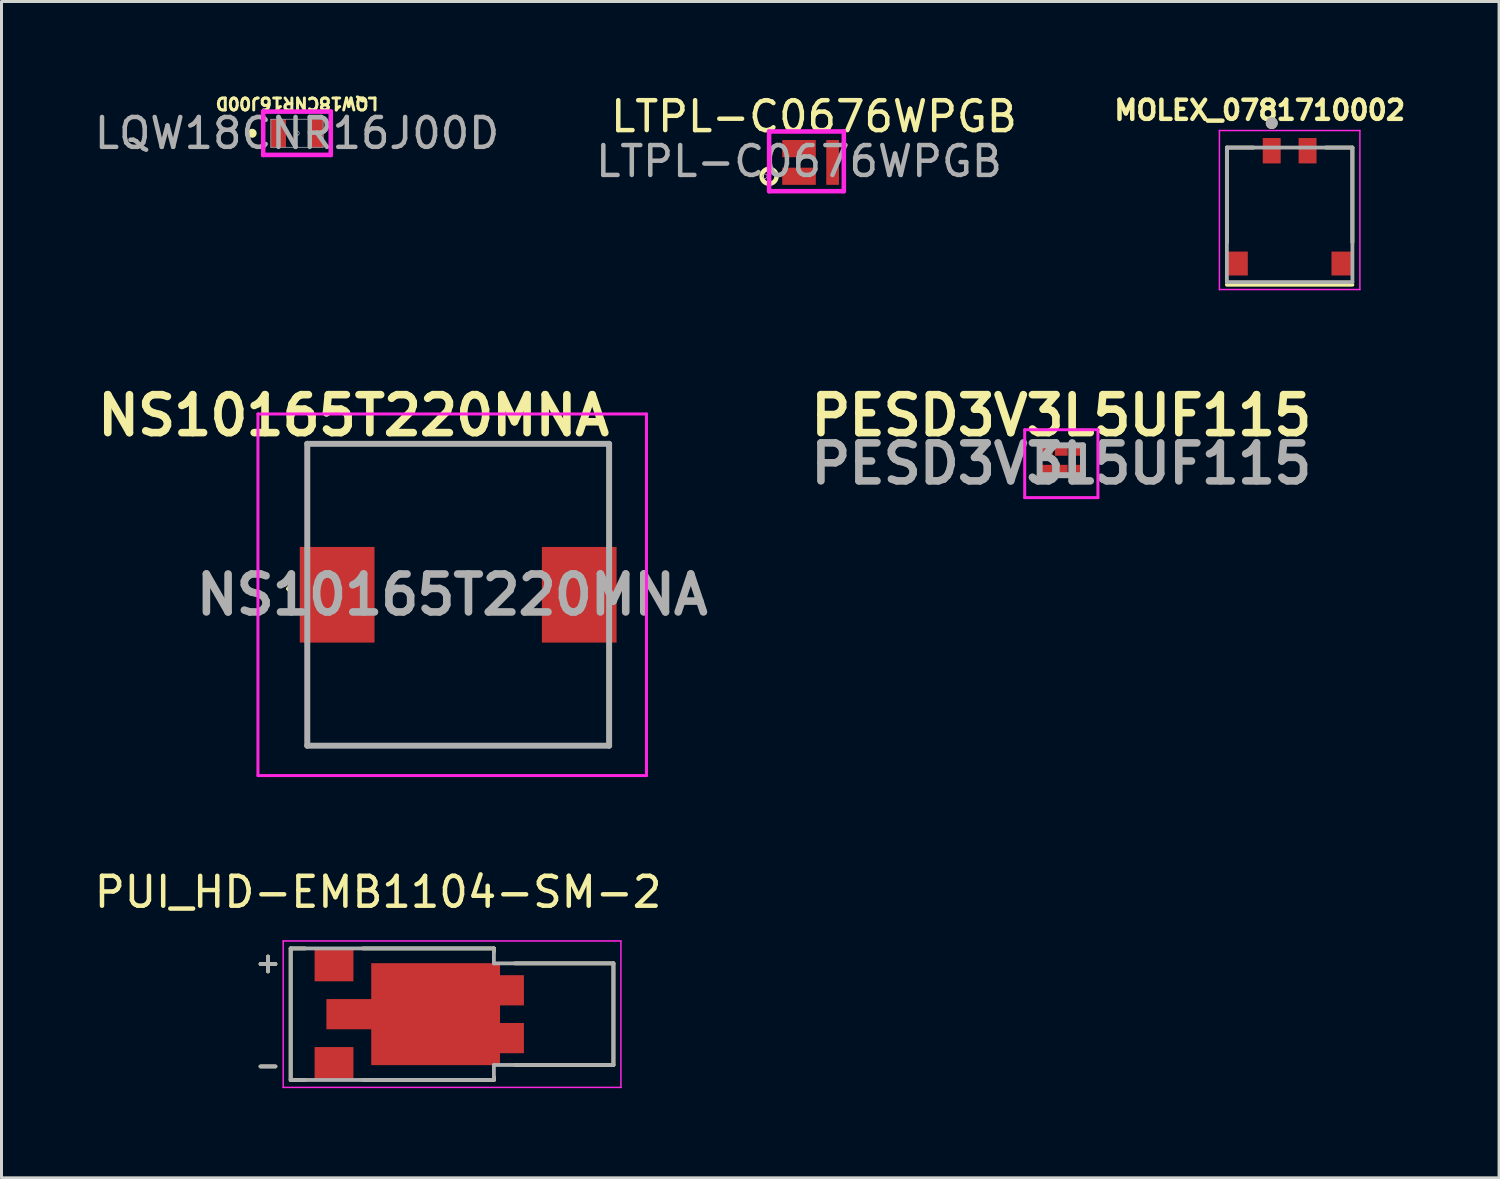
<source format=kicad_pcb>
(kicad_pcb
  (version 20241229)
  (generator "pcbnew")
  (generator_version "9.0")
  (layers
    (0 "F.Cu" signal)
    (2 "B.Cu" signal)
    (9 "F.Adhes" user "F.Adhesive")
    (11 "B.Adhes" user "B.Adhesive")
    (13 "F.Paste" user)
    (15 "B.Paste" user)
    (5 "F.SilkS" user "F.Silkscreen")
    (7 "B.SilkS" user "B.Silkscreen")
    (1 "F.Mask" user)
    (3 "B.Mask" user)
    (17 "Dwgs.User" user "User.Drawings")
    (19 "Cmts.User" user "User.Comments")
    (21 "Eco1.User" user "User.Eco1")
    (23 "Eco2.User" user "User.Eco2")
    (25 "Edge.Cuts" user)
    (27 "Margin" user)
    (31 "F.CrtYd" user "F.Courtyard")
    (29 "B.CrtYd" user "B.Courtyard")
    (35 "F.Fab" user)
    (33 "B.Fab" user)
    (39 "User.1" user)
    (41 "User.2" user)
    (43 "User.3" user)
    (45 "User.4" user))
  (footprint "PESD3V3L5UF115"
    (layer "F.Cu")
    (at 32.462 12.351)
    (property "Reference" "PESD3V3L5UF115" (at 0 -1.5 0) (layer "F.SilkS") (effects (font (size 1.27 1.27) (thickness 0.254))))
    (attr smd)
    (fp_line (start -0.725 0) (end -0.725 -0.05) (stroke (width 0.1) (type solid)) (layer "F.SilkS"))
    (fp_line (start -0.725 0.05) (end -0.725 0) (stroke (width 0.1) (type solid)) (layer "F.SilkS"))
    (fp_line (start -0.5 0.7) (end -0.5 0.7) (stroke (width 0.05) (type solid)) (layer "F.SilkS"))
    (fp_line (start -0.5 0.75) (end -0.5 0.75) (stroke (width 0.05) (type solid)) (layer "F.SilkS"))
    (fp_line (start 0.725 0) (end 0.725 -0.05) (stroke (width 0.1) (type solid)) (layer "F.SilkS"))
    (fp_line (start 0.725 0.05) (end 0.725 0) (stroke (width 0.1) (type solid)) (layer "F.SilkS"))
    (fp_arc (start -0.5 0.7) (mid -0.475 0.725) (end -0.5 0.75) (stroke (width 0.05) (type solid)) (layer "F.SilkS"))
    (fp_arc (start -0.5 0.75) (mid -0.525 0.725) (end -0.5 0.7) (stroke (width 0.05) (type solid)) (layer "F.SilkS"))
    (fp_line (start -1.225 -1.022) (end 1.225 -1.022) (stroke (width 0.1) (type solid)) (layer "F.CrtYd"))
    (fp_line (start -1.225 1.25) (end -1.225 -1.022) (stroke (width 0.1) (type solid)) (layer "F.CrtYd"))
    (fp_line (start 1.225 -1.022) (end 1.225 1.25) (stroke (width 0.1) (type solid)) (layer "F.CrtYd"))
    (fp_line (start 1.225 1.25) (end -1.225 1.25) (stroke (width 0.1) (type solid)) (layer "F.CrtYd"))
    (fp_line (start -0.725 -0.5) (end 0.725 -0.5) (stroke (width 0.2) (type solid)) (layer "F.Fab"))
    (fp_line (start -0.725 0.5) (end -0.725 -0.5) (stroke (width 0.2) (type solid)) (layer "F.Fab"))
    (fp_line (start 0.725 -0.5) (end 0.725 0.5) (stroke (width 0.2) (type solid)) (layer "F.Fab"))
    (fp_line (start 0.725 0.5) (end -0.725 0.5) (stroke (width 0.2) (type solid)) (layer "F.Fab"))
    (fp_text user "${REFERENCE}" (at 0 0.114 0) (layer "F.Fab") (effects (font (size 1.27 1.27) (thickness 0.254))))
    (pad "1" smd rect (at -0.5 0.337 90) (size 0.37 0.425) (layers "F.Cu" "F.Mask" "F.Paste"))
    (pad "2" smd rect (at 0 0.337 90) (size 0.37 0.425) (layers "F.Cu" "F.Mask" "F.Paste"))
    (pad "3" smd rect (at 0.5 0.337 90) (size 0.37 0.425) (layers "F.Cu" "F.Mask" "F.Paste"))
    (pad "4" smd rect (at 0.5 -0.337 90) (size 0.37 0.425) (layers "F.Cu" "F.Mask" "F.Paste"))
    (pad "5" smd rect (at 0 -0.337 90) (size 0.37 0.425) (layers "F.Cu" "F.Mask" "F.Paste"))
    (pad "6" smd rect (at -0.5 -0.337 90) (size 0.37 0.425) (layers "F.Cu" "F.Mask" "F.Paste")))
  (footprint "MOLEX_0781710002"
    (layer "F.Cu")
    (at 40.102 4.138)
    (property "Reference" "MOLEX_0781710002" (at -1 -3.5 0) (layer "F.SilkS") (effects (font (size 0.64 0.64) (thickness 0.15))))
    (attr smd)
    (fp_line (start -2.1 -2.25) (end -2.1 0.92) (stroke (width 0.127) (type solid)) (layer "F.SilkS"))
    (fp_line (start -2.1 2.34) (end 2.1 2.34) (stroke (width 0.127) (type solid)) (layer "F.SilkS"))
    (fp_line (start -1.21 -2.25) (end -2.1 -2.25) (stroke (width 0.127) (type solid)) (layer "F.SilkS"))
    (fp_line (start 1.21 -2.25) (end 2.1 -2.25) (stroke (width 0.127) (type solid)) (layer "F.SilkS"))
    (fp_line (start 2.1 -2.25) (end 2.1 0.92) (stroke (width 0.127) (type solid)) (layer "F.SilkS"))
    (fp_circle (center -0.6 -3.07) (end -0.5 -3.07) (stroke (width 0.2) (type solid)) (fill no) (layer "F.SilkS"))
    (fp_line (start -2.35 -2.82) (end 2.35 -2.82) (stroke (width 0.05) (type solid)) (layer "F.CrtYd"))
    (fp_line (start -2.35 2.5) (end -2.35 -2.82) (stroke (width 0.05) (type solid)) (layer "F.CrtYd"))
    (fp_line (start 2.35 -2.82) (end 2.35 2.5) (stroke (width 0.05) (type solid)) (layer "F.CrtYd"))
    (fp_line (start 2.35 2.5) (end -2.35 2.5) (stroke (width 0.05) (type solid)) (layer "F.CrtYd"))
    (fp_line (start -2.1 -2.25) (end 2.1 -2.25) (stroke (width 0.127) (type solid)) (layer "F.Fab"))
    (fp_line (start -2.1 2.25) (end -2.1 -2.25) (stroke (width 0.127) (type solid)) (layer "F.Fab"))
    (fp_line (start 2.1 -2.25) (end 2.1 2.25) (stroke (width 0.127) (type solid)) (layer "F.Fab"))
    (fp_line (start 2.1 2.25) (end -2.1 2.25) (stroke (width 0.127) (type solid)) (layer "F.Fab"))
    (fp_circle (center -0.6 -3.07) (end -0.5 -3.07) (stroke (width 0.2) (type solid)) (fill no) (layer "F.Fab"))
    (pad "1" smd rect (at -0.6 -2.145 90) (size 0.85 0.6) (layers "F.Cu" "F.Mask" "F.Paste"))
    (pad "2" smd rect (at 0.6 -2.145 90) (size 0.85 0.6) (layers "F.Cu" "F.Mask" "F.Paste"))
    (pad "S1" smd rect (at -1.75 1.63 90) (size 0.8 0.7) (layers "F.Cu" "F.Mask" "F.Paste"))
    (pad "S2" smd rect (at 1.75 1.63 90) (size 0.8 0.7) (layers "F.Cu" "F.Mask" "F.Paste")))
  (footprint "LTPL-C0676WPGB"
    (layer "F.Cu")
    (at 23.685 2.348)
    (property "Reference" "LTPL-C0676WPGB" (at 0.5 -1.5 0) (unlocked yes) (layer "F.SilkS") (effects (font (size 1 1) (thickness 0.15))))
    (attr smd)
    (fp_circle (center -1 0.5) (end -0.75 0.5) (stroke (width 0.15) (type default)) (fill no) (layer "F.SilkS"))
    (fp_line (start -1 -1) (end 1.5 -1) (stroke (width 0.152) (type solid)) (layer "F.CrtYd"))
    (fp_line (start -1 1) (end -1 -1) (stroke (width 0.152) (type solid)) (layer "F.CrtYd"))
    (fp_line (start 1.5 -1) (end 1.5 1) (stroke (width 0.152) (type solid)) (layer "F.CrtYd"))
    (fp_line (start 1.5 1) (end -1 1) (stroke (width 0.152) (type solid)) (layer "F.CrtYd"))
    (fp_line (start -1 -1) (end -1 1) (stroke (width 0.025) (type solid)) (layer "F.Fab"))
    (fp_line (start -1 -1) (end 1.5 -1) (stroke (width 0.025) (type solid)) (layer "F.Fab"))
    (fp_line (start -1 1) (end 1.5 1) (stroke (width 0.025) (type solid)) (layer "F.Fab"))
    (fp_line (start 1.5 1) (end 1.5 -1) (stroke (width 0.025) (type solid)) (layer "F.Fab"))
    (fp_circle (center -1.143 0.5) (end -1.067 0.5) (stroke (width 0.025) (type solid)) (fill no) (layer "F.Fab"))
    (fp_text user "${REFERENCE}" (at 0 0 0) (unlocked yes) (layer "F.Fab") (effects (font (size 1 1) (thickness 0.15))))
    (pad "1" smd rect (at 0 0.5) (size 1.125 0.575) (layers "F.Cu" "F.Mask" "F.Paste"))
    (pad "2" smd rect (at 0 -0.425) (size 1.125 0.575) (layers "F.Cu" "F.Mask" "F.Paste"))
    (pad "3" smd rect (at 1.125 0.037) (size 0.425 1.5) (layers "F.Cu" "F.Mask" "F.Paste")))
  (footprint "PUI_HD-EMB1104-SM-2"
    (layer "F.Cu")
    (at 10.076 30.885)
    (property "Reference" "PUI_HD-EMB1104-SM-2" (at -0.475 -4.085 0) (layer "F.SilkS") (effects (font (size 1 1) (thickness 0.15))))
    (attr smd)
    (fp_poly (pts (xy -2.3 -0.6) (xy -0.8 -0.6) (xy -0.8 -1.8) (xy 3.7 -1.8) (xy 3.7 -1.4) (xy 4.5 -1.4) (xy 4.5 -0.2) (xy 3.7 -0.2) (xy 3.7 0.2) (xy 4.5 0.2) (xy 4.5 1.4) (xy 3.7 1.4) (xy 3.7 1.8) (xy -0.8 1.8) (xy -0.8 0.6) (xy -2.3 0.6)) (stroke (width 0.01) (type solid)) (fill yes) (layer "F.Mask"))
    (fp_line (start -4.409 -1.68) (end -3.909 -1.68) (stroke (width 0.127) (type solid)) (layer "F.SilkS"))
    (fp_line (start -4.409 1.749) (end -3.909 1.749) (stroke (width 0.127) (type solid)) (layer "F.SilkS"))
    (fp_line (start -4.159 -1.93) (end -4.159 -1.43) (stroke (width 0.127) (type solid)) (layer "F.SilkS"))
    (fp_line (start -3.4 -2.2) (end -2.92 -2.2) (stroke (width 0.127) (type solid)) (layer "F.SilkS"))
    (fp_line (start -3.4 2.2) (end -3.4 -2.2) (stroke (width 0.127) (type solid)) (layer "F.SilkS"))
    (fp_line (start -2.92 2.2) (end -3.4 2.2) (stroke (width 0.127) (type solid)) (layer "F.SilkS"))
    (fp_line (start -0.98 -2.2) (end 3.4 -2.2) (stroke (width 0.127) (type solid)) (layer "F.SilkS"))
    (fp_line (start 3.4 -2.2) (end 3.4 -2.1) (stroke (width 0.127) (type solid)) (layer "F.SilkS"))
    (fp_line (start 3.4 2.1) (end 3.4 2.2) (stroke (width 0.127) (type solid)) (layer "F.SilkS"))
    (fp_line (start 3.4 2.2) (end -0.98 2.2) (stroke (width 0.127) (type solid)) (layer "F.SilkS"))
    (fp_line (start 4.1 -1.7) (end 7.4 -1.7) (stroke (width 0.127) (type solid)) (layer "F.SilkS"))
    (fp_line (start 7.4 -1.7) (end 7.4 1.7) (stroke (width 0.127) (type solid)) (layer "F.SilkS"))
    (fp_line (start 7.4 1.7) (end 4.1 1.7) (stroke (width 0.127) (type solid)) (layer "F.SilkS"))
    (fp_poly (pts (xy -2.2 -0.5) (xy -0.7 -0.5) (xy -0.7 0.5) (xy -2.2 0.5)) (stroke (width 0.01) (type solid)) (fill yes) (layer "F.Paste"))
    (fp_poly (pts (xy 0.09 -1.075) (xy 2.81 -1.075) (xy 2.81 1.075) (xy 0.09 1.075)) (stroke (width 0.01) (type solid)) (fill yes) (layer "F.Paste"))
    (fp_poly (pts (xy 3.6 -1.3) (xy 4.4 -1.3) (xy 4.4 -0.3) (xy 3.6 -0.3)) (stroke (width 0.01) (type solid)) (fill yes) (layer "F.Paste"))
    (fp_poly (pts (xy 3.6 0.3) (xy 4.4 0.3) (xy 4.4 1.3) (xy 3.6 1.3)) (stroke (width 0.01) (type solid)) (fill yes) (layer "F.Paste"))
    (fp_line (start -3.65 -2.45) (end -3.65 2.45) (stroke (width 0.05) (type solid)) (layer "F.CrtYd"))
    (fp_line (start -3.65 2.45) (end 7.65 2.45) (stroke (width 0.05) (type solid)) (layer "F.CrtYd"))
    (fp_line (start 7.65 -2.45) (end -3.65 -2.45) (stroke (width 0.05) (type solid)) (layer "F.CrtYd"))
    (fp_line (start 7.65 2.45) (end 7.65 -2.45) (stroke (width 0.05) (type solid)) (layer "F.CrtYd"))
    (fp_line (start -4.409 -1.68) (end -3.909 -1.68) (stroke (width 0.127) (type solid)) (layer "F.Fab"))
    (fp_line (start -4.409 1.749) (end -3.909 1.749) (stroke (width 0.127) (type solid)) (layer "F.Fab"))
    (fp_line (start -4.159 -1.93) (end -4.159 -1.43) (stroke (width 0.127) (type solid)) (layer "F.Fab"))
    (fp_line (start -3.4 -2.2) (end 3.4 -2.2) (stroke (width 0.127) (type solid)) (layer "F.Fab"))
    (fp_line (start -3.4 2.2) (end -3.4 -2.2) (stroke (width 0.127) (type solid)) (layer "F.Fab"))
    (fp_line (start 3.4 -2.2) (end 3.4 -1.7) (stroke (width 0.127) (type solid)) (layer "F.Fab"))
    (fp_line (start 3.4 -1.7) (end 7.4 -1.7) (stroke (width 0.127) (type solid)) (layer "F.Fab"))
    (fp_line (start 3.4 1.7) (end 3.4 2.2) (stroke (width 0.127) (type solid)) (layer "F.Fab"))
    (fp_line (start 3.4 2.2) (end -3.4 2.2) (stroke (width 0.127) (type solid)) (layer "F.Fab"))
    (fp_line (start 7.4 -1.7) (end 7.4 1.7) (stroke (width 0.127) (type solid)) (layer "F.Fab"))
    (fp_line (start 7.4 1.7) (end 3.4 1.7) (stroke (width 0.127) (type solid)) (layer "F.Fab"))
    (pad "N" smd rect (at -1.95 1.65) (size 1.3 1.1) (layers "F.Cu" "F.Mask" "F.Paste"))
    (pad "P" smd rect (at -1.95 -1.65) (size 1.3 1.1) (layers "F.Cu" "F.Mask" "F.Paste"))
    (pad "SH1" smd custom (at 1.45 0) (size 1 1) (layers "F.Cu") (options (anchor rect)) (primitives (gr_poly (pts (xy -3.65 -0.5) (xy -2.15 -0.5) (xy -2.15 -1.7) (xy 2.15 -1.7) (xy 2.15 -1.3) (xy 2.95 -1.3) (xy 2.95 -0.3) (xy 2.15 -0.3) (xy 2.15 0.3) (xy 2.95 0.3) (xy 2.95 1.3) (xy 2.15 1.3) (xy 2.15 1.7) (xy -2.15 1.7) (xy -2.15 0.5) (xy -3.65 0.5)) (width 0.01) (fill yes)))))
  (footprint "LQW18CNR16J00D"
    (layer "F.Cu")
    (at 6.887 1.409)
    (property "Reference" "LQW18CNR16J00D" (at 0 -1 180) (unlocked yes) (layer "F.SilkS") (effects (font (size 0.4 0.4) (thickness 0.1))))
    (attr smd)
    (fp_circle (center -1.5 0) (end -1.424 0) (stroke (width 0.152) (type solid)) (fill no) (layer "F.SilkS"))
    (fp_line (start -1.13 -0.724) (end -1.13 -0.724) (stroke (width 0.152) (type solid)) (layer "F.CrtYd"))
    (fp_line (start -1.13 -0.724) (end -1.13 -0.724) (stroke (width 0.152) (type solid)) (layer "F.CrtYd"))
    (fp_line (start -1.13 -0.724) (end 1.13 -0.724) (stroke (width 0.152) (type solid)) (layer "F.CrtYd"))
    (fp_line (start -1.13 0.724) (end -1.13 -0.724) (stroke (width 0.152) (type solid)) (layer "F.CrtYd"))
    (fp_line (start -1.13 0.724) (end -1.13 0.724) (stroke (width 0.152) (type solid)) (layer "F.CrtYd"))
    (fp_line (start -1.13 0.724) (end -1.13 0.724) (stroke (width 0.152) (type solid)) (layer "F.CrtYd"))
    (fp_line (start 1.13 -0.724) (end 1.13 -0.724) (stroke (width 0.152) (type solid)) (layer "F.CrtYd"))
    (fp_line (start 1.13 -0.724) (end 1.13 -0.724) (stroke (width 0.152) (type solid)) (layer "F.CrtYd"))
    (fp_line (start 1.13 -0.724) (end 1.13 0.724) (stroke (width 0.152) (type solid)) (layer "F.CrtYd"))
    (fp_line (start 1.13 0.724) (end -1.13 0.724) (stroke (width 0.152) (type solid)) (layer "F.CrtYd"))
    (fp_line (start 1.13 0.724) (end 1.13 0.724) (stroke (width 0.152) (type solid)) (layer "F.CrtYd"))
    (fp_line (start 1.13 0.724) (end 1.13 0.724) (stroke (width 0.152) (type solid)) (layer "F.CrtYd"))
    (fp_line (start -0.876 -0.47) (end -0.876 0.47) (stroke (width 0.025) (type solid)) (layer "F.Fab"))
    (fp_line (start -0.876 0.47) (end 0.876 0.47) (stroke (width 0.025) (type solid)) (layer "F.Fab"))
    (fp_line (start 0.876 -0.47) (end -0.876 -0.47) (stroke (width 0.025) (type solid)) (layer "F.Fab"))
    (fp_line (start 0.876 0.47) (end 0.876 -0.47) (stroke (width 0.025) (type solid)) (layer "F.Fab"))
    (fp_circle (center 0 0) (end 0.076 0) (stroke (width 0.025) (type solid)) (fill no) (layer "F.Fab"))
    (fp_text user "${REFERENCE}" (at 0 0 0) (unlocked yes) (layer "F.Fab") (effects (font (size 1 1) (thickness 0.15))))
    (pad "1" smd rect (at -0.622 0) (size 0.508 0.94) (layers "F.Cu" "F.Mask" "F.Paste"))
    (pad "2" smd rect (at 0.622 0) (size 0.508 0.94) (layers "F.Cu" "F.Mask" "F.Paste")))
  (footprint "NS10165T220MNA"
    (layer "F.Cu")
    (at 12.281 16.851)
    (property "Reference" "NS10165T220MNA" (at -3.5 -6 0) (layer "F.SilkS") (effects (font (size 1.27 1.27) (thickness 0.254))))
    (attr smd)
    (fp_line (start -5.7 -0.2) (end -5.7 -0.2) (stroke (width 0.1) (type solid)) (layer "F.SilkS"))
    (fp_line (start -5.6 -0.2) (end -5.6 -0.2) (stroke (width 0.1) (type solid)) (layer "F.SilkS"))
    (fp_line (start -5.05 -5.05) (end 5.05 -5.05) (stroke (width 0.1) (type solid)) (layer "F.SilkS"))
    (fp_line (start -5.05 -1.9) (end -5.05 -5.05) (stroke (width 0.1) (type solid)) (layer "F.SilkS"))
    (fp_line (start -5.05 1.9) (end -5.05 5.05) (stroke (width 0.1) (type solid)) (layer "F.SilkS"))
    (fp_line (start -5.05 5.05) (end 5.05 5.05) (stroke (width 0.1) (type solid)) (layer "F.SilkS"))
    (fp_line (start 5.05 -5.05) (end 5.05 -1.9) (stroke (width 0.1) (type solid)) (layer "F.SilkS"))
    (fp_line (start 5.05 5.05) (end 5.05 1.9) (stroke (width 0.1) (type solid)) (layer "F.SilkS"))
    (fp_arc (start -5.7 -0.2) (mid -5.65 -0.25) (end -5.6 -0.2) (stroke (width 0.1) (type solid)) (layer "F.SilkS"))
    (fp_arc (start -5.6 -0.2) (mid -5.65 -0.15) (end -5.7 -0.2) (stroke (width 0.1) (type solid)) (layer "F.SilkS"))
    (fp_line (start -6.7 -6.05) (end 6.3 -6.05) (stroke (width 0.1) (type solid)) (layer "F.CrtYd"))
    (fp_line (start -6.7 6.05) (end -6.7 -6.05) (stroke (width 0.1) (type solid)) (layer "F.CrtYd"))
    (fp_line (start 6.3 -6.05) (end 6.3 6.05) (stroke (width 0.1) (type solid)) (layer "F.CrtYd"))
    (fp_line (start 6.3 6.05) (end -6.7 6.05) (stroke (width 0.1) (type solid)) (layer "F.CrtYd"))
    (fp_line (start -5.05 -5.05) (end 5.05 -5.05) (stroke (width 0.2) (type solid)) (layer "F.Fab"))
    (fp_line (start -5.05 5.05) (end -5.05 -5.05) (stroke (width 0.2) (type solid)) (layer "F.Fab"))
    (fp_line (start 5.05 -5.05) (end 5.05 5.05) (stroke (width 0.2) (type solid)) (layer "F.Fab"))
    (fp_line (start 5.05 5.05) (end -5.05 5.05) (stroke (width 0.2) (type solid)) (layer "F.Fab"))
    (fp_text user "${REFERENCE}" (at -0.2 0 0) (layer "F.Fab") (effects (font (size 1.27 1.27) (thickness 0.254))))
    (pad "1" smd rect (at -4.05 0 90) (size 3.2 2.5) (layers "F.Cu" "F.Mask" "F.Paste"))
    (pad "2" smd rect (at 4.05 0 90) (size 3.2 2.5) (layers "F.Cu" "F.Mask" "F.Paste")))
  (gr_rect
    (start -3 -3)
    (end 47.109 36.36)
    (stroke (width 0.1) (type default))
    (fill no)
    (layer "Edge.Cuts")))
</source>
